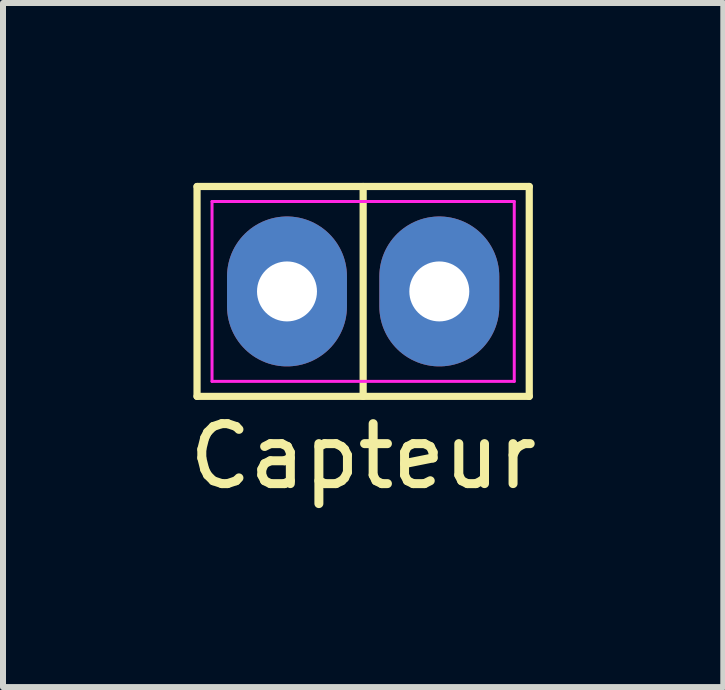
<source format=kicad_pcb>
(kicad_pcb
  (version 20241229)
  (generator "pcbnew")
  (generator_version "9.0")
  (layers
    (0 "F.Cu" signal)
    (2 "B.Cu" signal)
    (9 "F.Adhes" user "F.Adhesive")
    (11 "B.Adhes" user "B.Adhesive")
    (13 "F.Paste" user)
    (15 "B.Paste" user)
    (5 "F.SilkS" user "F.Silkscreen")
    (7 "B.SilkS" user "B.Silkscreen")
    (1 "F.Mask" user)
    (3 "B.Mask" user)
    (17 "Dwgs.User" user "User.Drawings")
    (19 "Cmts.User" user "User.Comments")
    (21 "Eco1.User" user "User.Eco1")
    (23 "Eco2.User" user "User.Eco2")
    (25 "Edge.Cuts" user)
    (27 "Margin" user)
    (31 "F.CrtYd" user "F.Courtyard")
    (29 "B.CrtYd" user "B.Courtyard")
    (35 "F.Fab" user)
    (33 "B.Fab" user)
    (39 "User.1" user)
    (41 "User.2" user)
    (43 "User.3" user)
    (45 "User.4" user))
  (footprint "Capteur"
    (layer "F.Cu")
    (at 3.006 1.81)
    (property "Reference" "Capteur" (at 0 2.75 0) (layer "F.SilkS") (effects (font (size 1 1) (thickness 0.15))))
    (attr through_hole)
    (fp_line (start -2.77 -1.75) (end 2.77 -1.75) (stroke (width 0.12) (type solid)) (layer "F.SilkS"))
    (fp_line (start -2.77 1.75) (end -2.77 -1.75) (stroke (width 0.12) (type solid)) (layer "F.SilkS"))
    (fp_line (start 0 -1.75) (end 0 1.75) (stroke (width 0.12) (type solid)) (layer "F.SilkS"))
    (fp_line (start 2.77 -1.75) (end 2.77 1.75) (stroke (width 0.12) (type solid)) (layer "F.SilkS"))
    (fp_line (start 2.77 1.75) (end -2.77 1.75) (stroke (width 0.12) (type solid)) (layer "F.SilkS"))
    (fp_line (start -2.52 -1.5) (end 2.52 -1.5) (stroke (width 0.05) (type solid)) (layer "F.CrtYd"))
    (fp_line (start -2.52 1.5) (end -2.52 -1.5) (stroke (width 0.05) (type solid)) (layer "F.CrtYd"))
    (fp_line (start 2.52 -1.5) (end 2.52 1.5) (stroke (width 0.05) (type solid)) (layer "F.CrtYd"))
    (fp_line (start 2.52 1.5) (end -2.52 1.5) (stroke (width 0.05) (type solid)) (layer "F.CrtYd"))
    (pad "1" thru_hole oval (at -1.27 0) (size 2 2.5) (drill 1) (layers "*.Cu" "*.Mask"))
    (pad "2" thru_hole oval (at 1.27 0) (size 2 2.5) (drill 1) (layers "*.Cu" "*.Mask")))
  (gr_rect
    (start -3 -3)
    (end 9.012 8.408)
    (stroke (width 0.1) (type default))
    (fill no)
    (layer "Edge.Cuts")))
</source>
